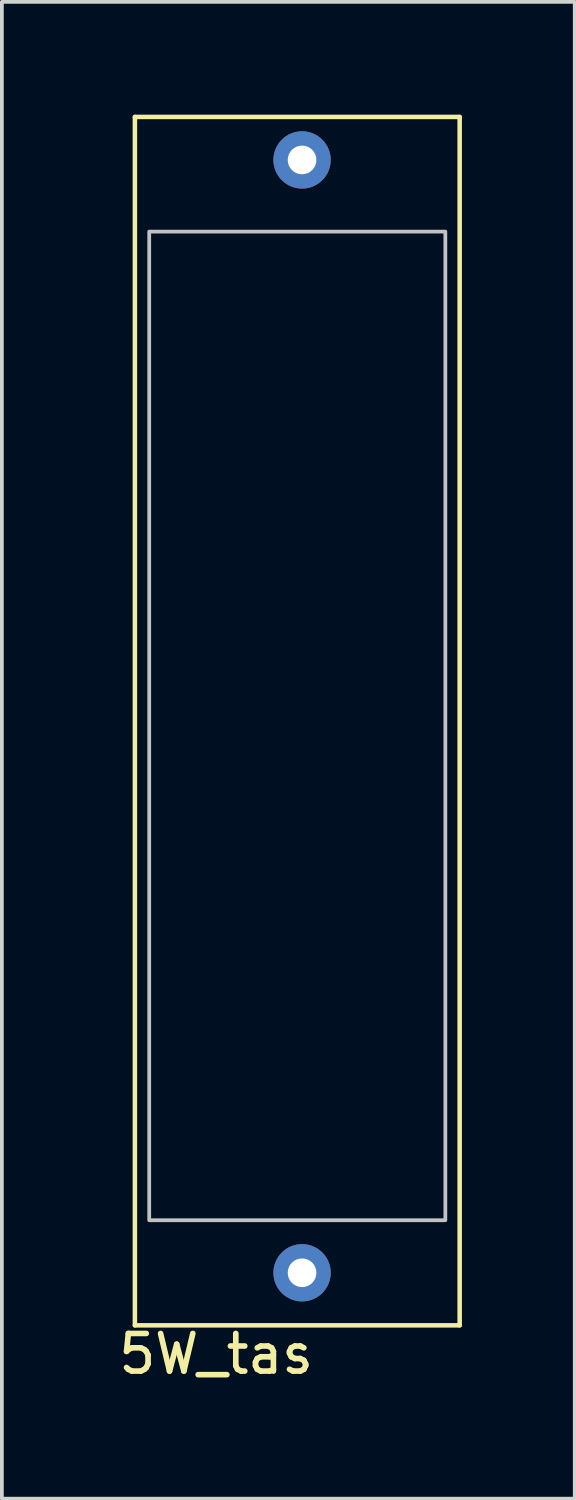
<source format=kicad_pcb>
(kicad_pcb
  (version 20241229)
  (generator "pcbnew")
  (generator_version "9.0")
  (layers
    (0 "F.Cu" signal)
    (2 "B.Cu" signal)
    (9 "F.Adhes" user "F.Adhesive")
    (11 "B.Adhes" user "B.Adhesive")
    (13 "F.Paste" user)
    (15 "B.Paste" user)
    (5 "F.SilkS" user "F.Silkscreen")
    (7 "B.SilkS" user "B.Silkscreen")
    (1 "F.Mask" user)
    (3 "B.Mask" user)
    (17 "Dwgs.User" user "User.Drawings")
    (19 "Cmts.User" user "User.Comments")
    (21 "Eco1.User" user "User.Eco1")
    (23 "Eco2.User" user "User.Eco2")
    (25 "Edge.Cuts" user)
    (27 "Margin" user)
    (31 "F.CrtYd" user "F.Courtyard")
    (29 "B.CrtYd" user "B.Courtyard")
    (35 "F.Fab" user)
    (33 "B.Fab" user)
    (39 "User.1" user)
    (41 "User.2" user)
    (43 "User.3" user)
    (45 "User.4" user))
  (footprint "5W_tas"
    (layer "F.Cu")
    (at 4.855 16.824)
    (property "Reference" "5W_tas" (at -2.159 16.129 0) (layer "F.SilkS") (effects (font (size 1 1) (thickness 0.15))))
    (attr through_hole)
    (fp_line (start -4.318 -16.764) (end 4.318 -16.764) (stroke (width 0.12) (type solid)) (layer "F.SilkS"))
    (fp_line (start -4.318 15.367) (end -4.318 -16.764) (stroke (width 0.12) (type solid)) (layer "F.SilkS"))
    (fp_line (start 4.318 -16.764) (end 4.318 15.367) (stroke (width 0.12) (type solid)) (layer "F.SilkS"))
    (fp_line (start 4.318 15.367) (end -4.318 15.367) (stroke (width 0.12) (type solid)) (layer "F.SilkS"))
    (fp_poly (pts (xy 3.937 12.573) (xy -3.937 12.573) (xy -3.937 -13.716) (xy 3.937 -13.716)) (stroke (width 0.1) (type solid)) (fill no) (layer "Dwgs.User"))
    (pad "1" thru_hole circle (at 0.127 -15.621) (size 1.524 1.524) (drill 0.762) (layers "*.Cu" "*.Mask"))
    (pad "2" thru_hole circle (at 0.127 13.97) (size 1.524 1.524) (drill 0.762) (layers "*.Cu" "*.Mask")))
  (gr_rect
    (start -3 -3)
    (end 12.233 36.801)
    (stroke (width 0.1) (type default))
    (fill no)
    (layer "Edge.Cuts")))
</source>
